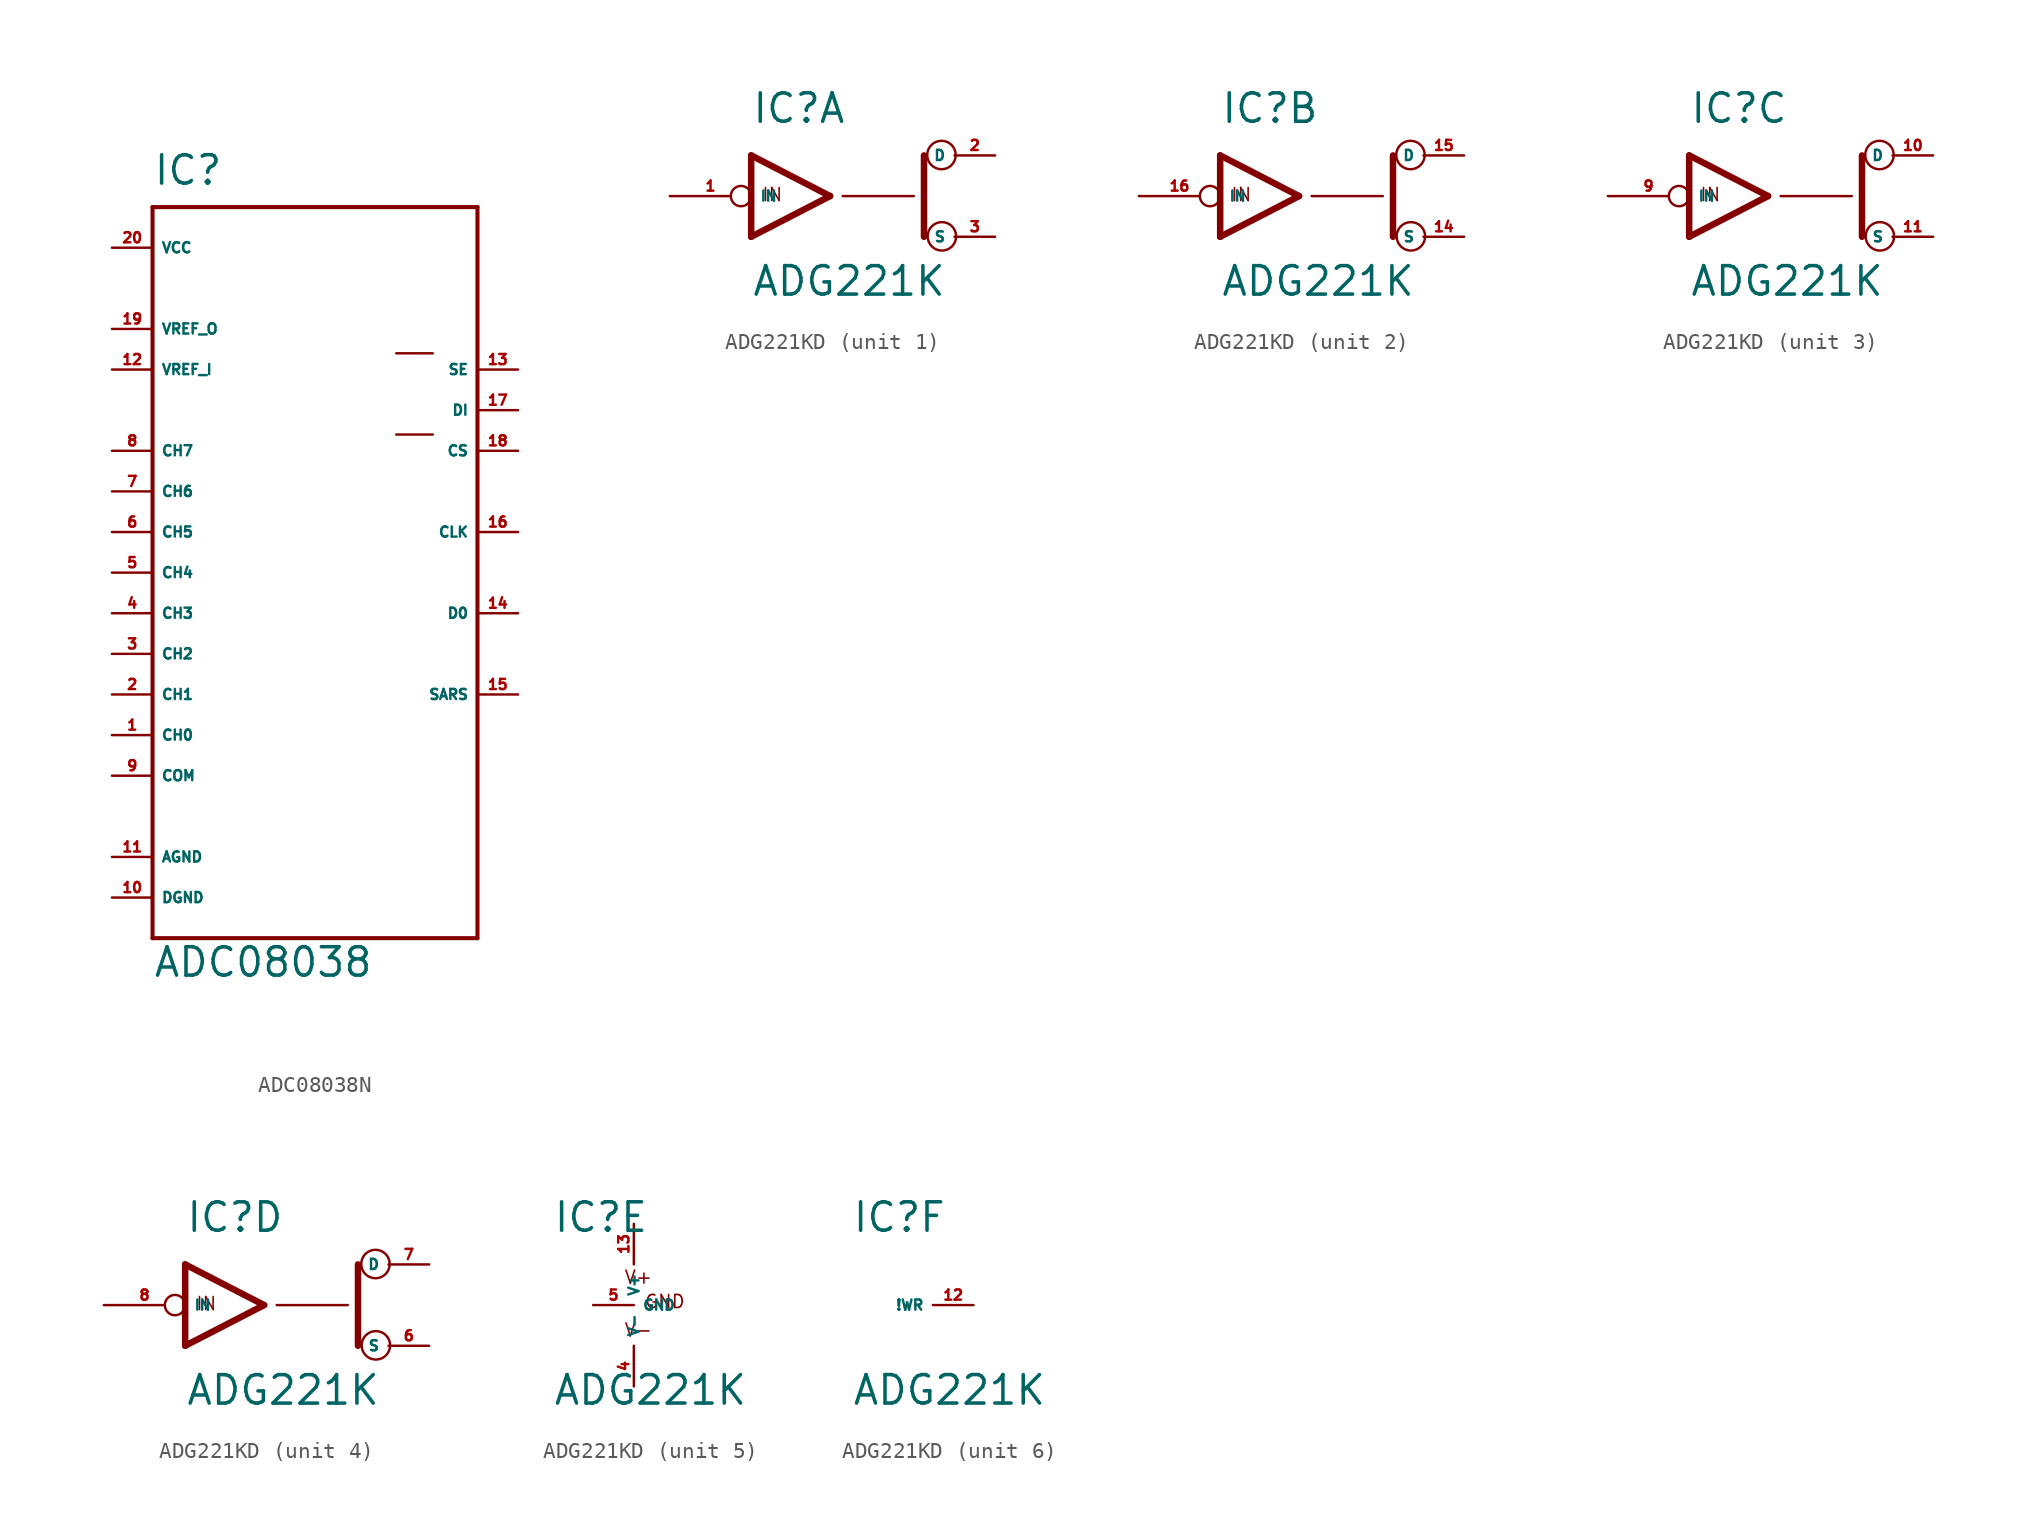
<source format=kicad_sym>
(kicad_symbol_lib
  (version 20220914)
  (generator Eagle2Kicad)
  (symbol "ADC08038N"
    (property "Reference" "IC"
      (at -10.16 21.59 0)
      (effects (font (size 1.778 1.778) (thickness 0.22)) (justify left bottom)))
    (property "Value" "ADC08038"
      (at -10.16 -27.94 0)
      (effects (font (size 1.778 1.778) (thickness 0.22)) (justify left bottom)))
    (polyline
      (pts (xy -10.16 20.32) (xy 10.16 20.32))
      (stroke (width 0.254) (type default))
      (fill (type none)))
    (polyline
      (pts (xy 10.16 20.32) (xy 10.16 -25.4))
      (stroke (width 0.254) (type default))
      (fill (type none)))
    (polyline
      (pts (xy 10.16 -25.4) (xy -10.16 -25.4))
      (stroke (width 0.254) (type default))
      (fill (type none)))
    (polyline
      (pts (xy -10.16 -25.4) (xy -10.16 20.32))
      (stroke (width 0.254) (type default))
      (fill (type none)))
    (polyline
      (pts (xy 5.08 6.096) (xy 7.366 6.096))
      (stroke (width 0.152) (type default))
      (fill (type none)))
    (polyline
      (pts (xy 5.08 11.176) (xy 7.366 11.176))
      (stroke (width 0.152) (type default))
      (fill (type none)))
    (pin input line
      (at -12.7 -12.7 0)
      (length 2.54)
      (name "CH0" (effects (font (size 0.635 0.635) (thickness 0.08)) (justify left bottom)))
      (number "1" (effects (font (size 0.635 0.635) (thickness 0.08)) (justify left bottom))))
    (pin input line
      (at -12.7 -10.16 0)
      (length 2.54)
      (name "CH1" (effects (font (size 0.635 0.635) (thickness 0.08)) (justify left bottom)))
      (number "2" (effects (font (size 0.635 0.635) (thickness 0.08)) (justify left bottom))))
    (pin input line
      (at -12.7 -7.62 0)
      (length 2.54)
      (name "CH2" (effects (font (size 0.635 0.635) (thickness 0.08)) (justify left bottom)))
      (number "3" (effects (font (size 0.635 0.635) (thickness 0.08)) (justify left bottom))))
    (pin input line
      (at -12.7 -5.08 0)
      (length 2.54)
      (name "CH3" (effects (font (size 0.635 0.635) (thickness 0.08)) (justify left bottom)))
      (number "4" (effects (font (size 0.635 0.635) (thickness 0.08)) (justify left bottom))))
    (pin input line
      (at -12.7 -2.54 0)
      (length 2.54)
      (name "CH4" (effects (font (size 0.635 0.635) (thickness 0.08)) (justify left bottom)))
      (number "5" (effects (font (size 0.635 0.635) (thickness 0.08)) (justify left bottom))))
    (pin input line
      (at -12.7 0 0)
      (length 2.54)
      (name "CH5" (effects (font (size 0.635 0.635) (thickness 0.08)) (justify left bottom)))
      (number "6" (effects (font (size 0.635 0.635) (thickness 0.08)) (justify left bottom))))
    (pin input line
      (at -12.7 2.54 0)
      (length 2.54)
      (name "CH6" (effects (font (size 0.635 0.635) (thickness 0.08)) (justify left bottom)))
      (number "7" (effects (font (size 0.635 0.635) (thickness 0.08)) (justify left bottom))))
    (pin unspecified line
      (at -12.7 -22.86 0)
      (length 2.54)
      (name "DGND" (effects (font (size 0.635 0.635) (thickness 0.08)) (justify left bottom)))
      (number "10" (effects (font (size 0.635 0.635) (thickness 0.08)) (justify left bottom))))
    (pin output line
      (at -12.7 12.7 0)
      (length 2.54)
      (name "VREF_O" (effects (font (size 0.635 0.635) (thickness 0.08)) (justify left bottom)))
      (number "19" (effects (font (size 0.635 0.635) (thickness 0.08)) (justify left bottom))))
    (pin input line
      (at -12.7 10.16 0)
      (length 2.54)
      (name "VREF_I" (effects (font (size 0.635 0.635) (thickness 0.08)) (justify left bottom)))
      (number "12" (effects (font (size 0.635 0.635) (thickness 0.08)) (justify left bottom))))
    (pin input line
      (at 12.7 5.08 180)
      (length 2.54)
      (name "CS" (effects (font (size 0.635 0.635) (thickness 0.08)) (justify left bottom)))
      (number "18" (effects (font (size 0.635 0.635) (thickness 0.08)) (justify left bottom))))
    (pin input line
      (at -12.7 5.08 0)
      (length 2.54)
      (name "CH7" (effects (font (size 0.635 0.635) (thickness 0.08)) (justify left bottom)))
      (number "8" (effects (font (size 0.635 0.635) (thickness 0.08)) (justify left bottom))))
    (pin input line
      (at -12.7 -15.24 0)
      (length 2.54)
      (name "COM" (effects (font (size 0.635 0.635) (thickness 0.08)) (justify left bottom)))
      (number "9" (effects (font (size 0.635 0.635) (thickness 0.08)) (justify left bottom))))
    (pin input line
      (at 12.7 7.62 180)
      (length 2.54)
      (name "DI" (effects (font (size 0.635 0.635) (thickness 0.08)) (justify left bottom)))
      (number "17" (effects (font (size 0.635 0.635) (thickness 0.08)) (justify left bottom))))
    (pin tri_state line
      (at 12.7 -5.08 180)
      (length 2.54)
      (name "D0" (effects (font (size 0.635 0.635) (thickness 0.08)) (justify left bottom)))
      (number "14" (effects (font (size 0.635 0.635) (thickness 0.08)) (justify left bottom))))
    (pin input line
      (at 12.7 0 180)
      (length 2.54)
      (name "CLK" (effects (font (size 0.635 0.635) (thickness 0.08)) (justify left bottom)))
      (number "16" (effects (font (size 0.635 0.635) (thickness 0.08)) (justify left bottom))))
    (pin unspecified line
      (at -12.7 17.78 0)
      (length 2.54)
      (name "VCC" (effects (font (size 0.635 0.635) (thickness 0.08)) (justify left bottom)))
      (number "20" (effects (font (size 0.635 0.635) (thickness 0.08)) (justify left bottom))))
    (pin input line
      (at 12.7 10.16 180)
      (length 2.54)
      (name "SE" (effects (font (size 0.635 0.635) (thickness 0.08)) (justify left bottom)))
      (number "13" (effects (font (size 0.635 0.635) (thickness 0.08)) (justify left bottom))))
    (pin unspecified line
      (at -12.7 -20.32 0)
      (length 2.54)
      (name "AGND" (effects (font (size 0.635 0.635) (thickness 0.08)) (justify left bottom)))
      (number "11" (effects (font (size 0.635 0.635) (thickness 0.08)) (justify left bottom))))
    (pin output line
      (at 12.7 -10.16 180)
      (length 2.54)
      (name "SARS" (effects (font (size 0.635 0.635) (thickness 0.08)) (justify left bottom)))
      (number "15" (effects (font (size 0.635 0.635) (thickness 0.08)) (justify left bottom)))))
  (symbol "ADG221KD"
    (property "Reference" "IC"
      (at -5.08 4.445 0)
      (effects (font (size 1.778 1.778) (thickness 0.22)) (justify left bottom)))
    (property "Value" "ADG221K"
      (at -5.08 -6.35 0)
      (effects (font (size 1.778 1.778) (thickness 0.22)) (justify left bottom)))
    (symbol "ADG221KD_1_0"
      (polyline (pts (xy -0.152 0) (xy -5.08 2.54)) (stroke (width 0.406) (type default)) (fill (type none)))
      (polyline (pts (xy -5.08 -2.54) (xy -0.152 0)) (stroke (width 0.406) (type default)) (fill (type none)))
      (polyline (pts (xy -5.08 2.54) (xy -5.08 -2.54)) (stroke (width 0.406) (type default)) (fill (type none)))
      (polyline (pts (xy 5.715 -2.54) (xy 5.715 2.54)) (stroke (width 0.406) (type default)) (fill (type none)))
      (polyline (pts (xy 0.635 0) (xy 5.08 0)) (stroke (width 0.152) (type default)) (fill (type none)))
      (text "IN" (at -4.445 -0.381 0) (effects (font (size 0.813 0.813) (thickness 0.10)) (justify left bottom)))
      (circle (center 6.833 -2.515) (radius 0.889) (stroke (width 0.152) (type default)) (fill (type none)))
      (circle (center 6.807 2.565) (radius 0.889) (stroke (width 0.152) (type default)) (fill (type none)))
      (pin bidirectional line (at 10.16 2.54 180) (length 2.54) (name "D" (effects (font (size 0.635 0.635) (thickness 0.08)) (justify left bottom))) (number "2" (effects (font (size 0.635 0.635) (thickness 0.08)) (justify left bottom))))
      (pin input inverted (at -10.16 0 0) (length 5.08) (name "IN" (effects (font (size 0.635 0.635) (thickness 0.08)) (justify left bottom))) (number "1" (effects (font (size 0.635 0.635) (thickness 0.08)) (justify left bottom))))
      (pin bidirectional line (at 10.16 -2.54 180) (length 2.54) (name "S" (effects (font (size 0.635 0.635) (thickness 0.08)) (justify left bottom))) (number "3" (effects (font (size 0.635 0.635) (thickness 0.08)) (justify left bottom)))))
    (symbol "ADG221KD_2_0"
      (polyline (pts (xy -0.152 0) (xy -5.08 2.54)) (stroke (width 0.406) (type default)) (fill (type none)))
      (polyline (pts (xy -5.08 -2.54) (xy -0.152 0)) (stroke (width 0.406) (type default)) (fill (type none)))
      (polyline (pts (xy -5.08 2.54) (xy -5.08 -2.54)) (stroke (width 0.406) (type default)) (fill (type none)))
      (polyline (pts (xy 5.715 -2.54) (xy 5.715 2.54)) (stroke (width 0.406) (type default)) (fill (type none)))
      (polyline (pts (xy 0.635 0) (xy 5.08 0)) (stroke (width 0.152) (type default)) (fill (type none)))
      (text "IN" (at -4.445 -0.381 0) (effects (font (size 0.813 0.813) (thickness 0.10)) (justify left bottom)))
      (circle (center 6.833 -2.515) (radius 0.889) (stroke (width 0.152) (type default)) (fill (type none)))
      (circle (center 6.807 2.565) (radius 0.889) (stroke (width 0.152) (type default)) (fill (type none)))
      (pin bidirectional line (at 10.16 2.54 180) (length 2.54) (name "D" (effects (font (size 0.635 0.635) (thickness 0.08)) (justify left bottom))) (number "15" (effects (font (size 0.635 0.635) (thickness 0.08)) (justify left bottom))))
      (pin input inverted (at -10.16 0 0) (length 5.08) (name "IN" (effects (font (size 0.635 0.635) (thickness 0.08)) (justify left bottom))) (number "16" (effects (font (size 0.635 0.635) (thickness 0.08)) (justify left bottom))))
      (pin bidirectional line (at 10.16 -2.54 180) (length 2.54) (name "S" (effects (font (size 0.635 0.635) (thickness 0.08)) (justify left bottom))) (number "14" (effects (font (size 0.635 0.635) (thickness 0.08)) (justify left bottom)))))
    (symbol "ADG221KD_3_0"
      (polyline (pts (xy -0.152 0) (xy -5.08 2.54)) (stroke (width 0.406) (type default)) (fill (type none)))
      (polyline (pts (xy -5.08 -2.54) (xy -0.152 0)) (stroke (width 0.406) (type default)) (fill (type none)))
      (polyline (pts (xy -5.08 2.54) (xy -5.08 -2.54)) (stroke (width 0.406) (type default)) (fill (type none)))
      (polyline (pts (xy 5.715 -2.54) (xy 5.715 2.54)) (stroke (width 0.406) (type default)) (fill (type none)))
      (polyline (pts (xy 0.635 0) (xy 5.08 0)) (stroke (width 0.152) (type default)) (fill (type none)))
      (text "IN" (at -4.445 -0.381 0) (effects (font (size 0.813 0.813) (thickness 0.10)) (justify left bottom)))
      (circle (center 6.833 -2.515) (radius 0.889) (stroke (width 0.152) (type default)) (fill (type none)))
      (circle (center 6.807 2.565) (radius 0.889) (stroke (width 0.152) (type default)) (fill (type none)))
      (pin bidirectional line (at 10.16 2.54 180) (length 2.54) (name "D" (effects (font (size 0.635 0.635) (thickness 0.08)) (justify left bottom))) (number "10" (effects (font (size 0.635 0.635) (thickness 0.08)) (justify left bottom))))
      (pin input inverted (at -10.16 0 0) (length 5.08) (name "IN" (effects (font (size 0.635 0.635) (thickness 0.08)) (justify left bottom))) (number "9" (effects (font (size 0.635 0.635) (thickness 0.08)) (justify left bottom))))
      (pin bidirectional line (at 10.16 -2.54 180) (length 2.54) (name "S" (effects (font (size 0.635 0.635) (thickness 0.08)) (justify left bottom))) (number "11" (effects (font (size 0.635 0.635) (thickness 0.08)) (justify left bottom)))))
    (symbol "ADG221KD_4_0"
      (polyline (pts (xy -0.152 0) (xy -5.08 2.54)) (stroke (width 0.406) (type default)) (fill (type none)))
      (polyline (pts (xy -5.08 -2.54) (xy -0.152 0)) (stroke (width 0.406) (type default)) (fill (type none)))
      (polyline (pts (xy -5.08 2.54) (xy -5.08 -2.54)) (stroke (width 0.406) (type default)) (fill (type none)))
      (polyline (pts (xy 5.715 -2.54) (xy 5.715 2.54)) (stroke (width 0.406) (type default)) (fill (type none)))
      (polyline (pts (xy 0.635 0) (xy 5.08 0)) (stroke (width 0.152) (type default)) (fill (type none)))
      (text "IN" (at -4.445 -0.381 0) (effects (font (size 0.813 0.813) (thickness 0.10)) (justify left bottom)))
      (circle (center 6.833 -2.515) (radius 0.889) (stroke (width 0.152) (type default)) (fill (type none)))
      (circle (center 6.807 2.565) (radius 0.889) (stroke (width 0.152) (type default)) (fill (type none)))
      (pin bidirectional line (at 10.16 2.54 180) (length 2.54) (name "D" (effects (font (size 0.635 0.635) (thickness 0.08)) (justify left bottom))) (number "7" (effects (font (size 0.635 0.635) (thickness 0.08)) (justify left bottom))))
      (pin input inverted (at -10.16 0 0) (length 5.08) (name "IN" (effects (font (size 0.635 0.635) (thickness 0.08)) (justify left bottom))) (number "8" (effects (font (size 0.635 0.635) (thickness 0.08)) (justify left bottom))))
      (pin bidirectional line (at 10.16 -2.54 180) (length 2.54) (name "S" (effects (font (size 0.635 0.635) (thickness 0.08)) (justify left bottom))) (number "6" (effects (font (size 0.635 0.635) (thickness 0.08)) (justify left bottom)))))
    (symbol "ADG221KD_5_0"
      (text "V+" (at -0.635 1.27 0) (effects (font (size 0.813 0.813) (thickness 0.10)) (justify left bottom)))
      (text "V-" (at -0.635 -2.032 0) (effects (font (size 0.813 0.813) (thickness 0.10)) (justify left bottom)))
      (text "GND" (at 0.635 -0.254 0) (effects (font (size 0.813 0.813) (thickness 0.10)) (justify left bottom)))
      (pin unspecified line (at 0 5.08 270) (length 2.54) (name "V+" (effects (font (size 0.635 0.635) (thickness 0.08)) (justify left bottom))) (number "13" (effects (font (size 0.635 0.635) (thickness 0.08)) (justify left bottom))))
      (pin unspecified line (at 0 -5.08 90) (length 2.54) (name "V-" (effects (font (size 0.635 0.635) (thickness 0.08)) (justify left bottom))) (number "4" (effects (font (size 0.635 0.635) (thickness 0.08)) (justify left bottom))))
      (pin unspecified line (at -2.54 0 0) (length 2.54) (name "GND" (effects (font (size 0.635 0.635) (thickness 0.08)) (justify left bottom))) (number "5" (effects (font (size 0.635 0.635) (thickness 0.08)) (justify left bottom)))))
    (symbol "ADG221KD_6_0"
      (pin input line (at 2.54 0 180) (length 2.54) (name "!WR" (effects (font (size 0.635 0.635) (thickness 0.08)) (justify left bottom))) (number "12" (effects (font (size 0.635 0.635) (thickness 0.08)) (justify left bottom)))))))
</source>
